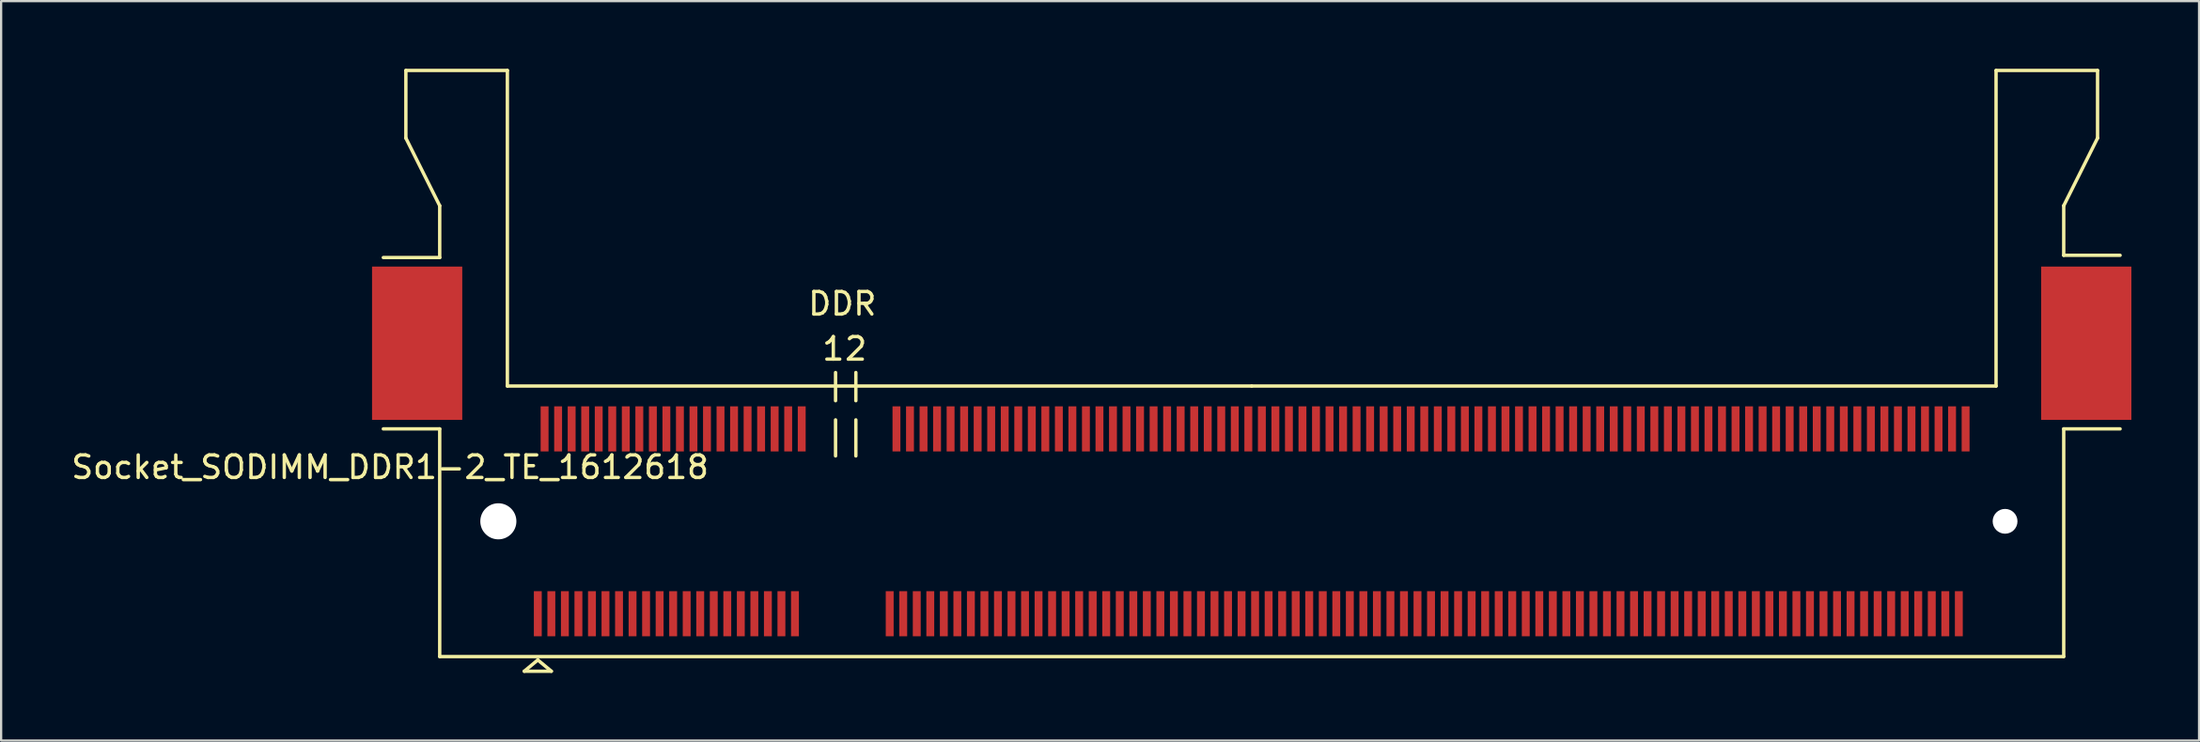
<source format=kicad_pcb>
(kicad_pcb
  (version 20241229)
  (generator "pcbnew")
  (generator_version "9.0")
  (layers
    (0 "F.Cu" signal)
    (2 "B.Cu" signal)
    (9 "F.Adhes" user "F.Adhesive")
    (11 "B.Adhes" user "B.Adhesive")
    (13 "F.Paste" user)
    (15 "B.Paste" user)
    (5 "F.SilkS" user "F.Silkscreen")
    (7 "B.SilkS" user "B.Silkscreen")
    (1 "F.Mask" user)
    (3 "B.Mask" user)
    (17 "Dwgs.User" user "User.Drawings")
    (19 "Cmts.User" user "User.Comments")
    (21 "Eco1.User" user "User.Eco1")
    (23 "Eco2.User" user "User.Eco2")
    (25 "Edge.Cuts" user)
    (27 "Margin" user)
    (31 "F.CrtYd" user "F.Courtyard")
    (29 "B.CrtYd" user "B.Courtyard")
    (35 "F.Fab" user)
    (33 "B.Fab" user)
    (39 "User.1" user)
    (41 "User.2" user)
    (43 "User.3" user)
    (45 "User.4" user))
  (footprint "Socket_SODIMM_DDR1-2_TE_1612618"
    (layer "F.Cu")
    (at 52.444 20.075)
    (property "Reference" "Socket_SODIMM_DDR1-2_TE_1612618" (at -38.2 -2.4 0) (layer "F.SilkS") (effects (font (size 1 1) (thickness 0.15))))
    (attr smd)
    (fp_line (start -37.5 -20) (end -37.5 -17) (stroke (width 0.15) (type solid)) (layer "F.SilkS"))
    (fp_line (start -37.5 -17) (end -36 -14) (stroke (width 0.15) (type solid)) (layer "F.SilkS"))
    (fp_line (start -36 -14) (end -36 -11.7) (stroke (width 0.15) (type solid)) (layer "F.SilkS"))
    (fp_line (start -36 -11.7) (end -38.5 -11.7) (stroke (width 0.15) (type solid)) (layer "F.SilkS"))
    (fp_line (start -36 -4.1) (end -38.5 -4.1) (stroke (width 0.15) (type solid)) (layer "F.SilkS"))
    (fp_line (start -36 -4.1) (end -36 6) (stroke (width 0.15) (type solid)) (layer "F.SilkS"))
    (fp_line (start -36 6) (end 36 6) (stroke (width 0.15) (type solid)) (layer "F.SilkS"))
    (fp_line (start -33 -20) (end -37.5 -20) (stroke (width 0.15) (type solid)) (layer "F.SilkS"))
    (fp_line (start -33 -6) (end -33 -20) (stroke (width 0.15) (type solid)) (layer "F.SilkS"))
    (fp_line (start -32.25 6.65) (end -31.65 6.15) (stroke (width 0.15) (type solid)) (layer "F.SilkS"))
    (fp_line (start -31.65 6.15) (end -31.05 6.65) (stroke (width 0.15) (type solid)) (layer "F.SilkS"))
    (fp_line (start -31.05 6.65) (end -32.25 6.65) (stroke (width 0.15) (type solid)) (layer "F.SilkS"))
    (fp_line (start -18.45 -5.35) (end -18.45 -6.6) (stroke (width 0.15) (type solid)) (layer "F.SilkS"))
    (fp_line (start -18.45 -4.5) (end -18.45 -2.9) (stroke (width 0.15) (type solid)) (layer "F.SilkS"))
    (fp_line (start -17.55 -5.35) (end -17.55 -6.6) (stroke (width 0.15) (type solid)) (layer "F.SilkS"))
    (fp_line (start -17.55 -4.5) (end -17.55 -2.9) (stroke (width 0.15) (type solid)) (layer "F.SilkS"))
    (fp_line (start 0 -6) (end -33 -6) (stroke (width 0.15) (type solid)) (layer "F.SilkS"))
    (fp_line (start 33 -20) (end 33 -6) (stroke (width 0.15) (type solid)) (layer "F.SilkS"))
    (fp_line (start 33 -6) (end 0 -6) (stroke (width 0.15) (type solid)) (layer "F.SilkS"))
    (fp_line (start 36 -14) (end 36 -11.8) (stroke (width 0.15) (type solid)) (layer "F.SilkS"))
    (fp_line (start 36 -14) (end 37.5 -17) (stroke (width 0.15) (type solid)) (layer "F.SilkS"))
    (fp_line (start 36 -11.8) (end 38.5 -11.8) (stroke (width 0.15) (type solid)) (layer "F.SilkS"))
    (fp_line (start 36 -4.1) (end 38.5 -4.1) (stroke (width 0.15) (type solid)) (layer "F.SilkS"))
    (fp_line (start 36 6) (end 36 -4.1) (stroke (width 0.15) (type solid)) (layer "F.SilkS"))
    (fp_line (start 37.5 -20) (end 33 -20) (stroke (width 0.15) (type solid)) (layer "F.SilkS"))
    (fp_line (start 37.5 -17) (end 37.5 -20) (stroke (width 0.15) (type solid)) (layer "F.SilkS"))
    (fp_text user "DDR" (at -18.15 -9.65 0) (layer "F.SilkS") (effects (font (size 1 1) (thickness 0.15))))
    (fp_text user "1" (at -18.55 -7.65 0) (layer "F.SilkS") (effects (font (size 1 1) (thickness 0.15))))
    (fp_text user "2" (at -17.55 -7.65 0) (layer "F.SilkS") (effects (font (size 1 1) (thickness 0.15))))
    (pad "" smd rect (at -37 -7.9) (size 4 6.8) (layers "F.Cu" "F.Mask" "F.Paste"))
    (pad "" np_thru_hole circle (at -33.4 0) (size 1.6 1.6) (drill 1.6) (layers "*.Cu" "*.Mask"))
    (pad "" np_thru_hole circle (at 33.4 0) (size 1.1 1.1) (drill 1.1) (layers "*.Cu" "*.Mask"))
    (pad "" smd rect (at 37 -7.9) (size 4 6.8) (layers "F.Cu" "F.Mask" "F.Paste"))
    (pad "1" smd rect (at -31.65 4.1) (size 0.35 2) (layers "F.Cu" "F.Mask" "F.Paste"))
    (pad "2" smd rect (at -31.35 -4.1) (size 0.35 2) (layers "F.Cu" "F.Mask" "F.Paste"))
    (pad "3" smd rect (at -31.05 4.1) (size 0.35 2) (layers "F.Cu" "F.Mask" "F.Paste"))
    (pad "4" smd rect (at -30.75 -4.1) (size 0.35 2) (layers "F.Cu" "F.Mask" "F.Paste"))
    (pad "5" smd rect (at -30.45 4.1) (size 0.35 2) (layers "F.Cu" "F.Mask" "F.Paste"))
    (pad "6" smd rect (at -30.15 -4.1) (size 0.35 2) (layers "F.Cu" "F.Mask" "F.Paste"))
    (pad "7" smd rect (at -29.85 4.1) (size 0.35 2) (layers "F.Cu" "F.Mask" "F.Paste"))
    (pad "8" smd rect (at -29.55 -4.1) (size 0.35 2) (layers "F.Cu" "F.Mask" "F.Paste"))
    (pad "9" smd rect (at -29.25 4.1) (size 0.35 2) (layers "F.Cu" "F.Mask" "F.Paste"))
    (pad "10" smd rect (at -28.95 -4.1) (size 0.35 2) (layers "F.Cu" "F.Mask" "F.Paste"))
    (pad "11" smd rect (at -28.65 4.1) (size 0.35 2) (layers "F.Cu" "F.Mask" "F.Paste"))
    (pad "12" smd rect (at -28.35 -4.1) (size 0.35 2) (layers "F.Cu" "F.Mask" "F.Paste"))
    (pad "13" smd rect (at -28.05 4.1) (size 0.35 2) (layers "F.Cu" "F.Mask" "F.Paste"))
    (pad "14" smd rect (at -27.75 -4.1) (size 0.35 2) (layers "F.Cu" "F.Mask" "F.Paste"))
    (pad "15" smd rect (at -27.45 4.1) (size 0.35 2) (layers "F.Cu" "F.Mask" "F.Paste"))
    (pad "16" smd rect (at -27.15 -4.1) (size 0.35 2) (layers "F.Cu" "F.Mask" "F.Paste"))
    (pad "17" smd rect (at -26.85 4.1) (size 0.35 2) (layers "F.Cu" "F.Mask" "F.Paste"))
    (pad "18" smd rect (at -26.55 -4.1) (size 0.35 2) (layers "F.Cu" "F.Mask" "F.Paste"))
    (pad "19" smd rect (at -26.25 4.1) (size 0.35 2) (layers "F.Cu" "F.Mask" "F.Paste"))
    (pad "20" smd rect (at -25.95 -4.1) (size 0.35 2) (layers "F.Cu" "F.Mask" "F.Paste"))
    (pad "21" smd rect (at -25.65 4.1) (size 0.35 2) (layers "F.Cu" "F.Mask" "F.Paste"))
    (pad "22" smd rect (at -25.35 -4.1) (size 0.35 2) (layers "F.Cu" "F.Mask" "F.Paste"))
    (pad "23" smd rect (at -25.05 4.1) (size 0.35 2) (layers "F.Cu" "F.Mask" "F.Paste"))
    (pad "24" smd rect (at -24.75 -4.1) (size 0.35 2) (layers "F.Cu" "F.Mask" "F.Paste"))
    (pad "25" smd rect (at -24.45 4.1) (size 0.35 2) (layers "F.Cu" "F.Mask" "F.Paste"))
    (pad "26" smd rect (at -24.15 -4.1) (size 0.35 2) (layers "F.Cu" "F.Mask" "F.Paste"))
    (pad "27" smd rect (at -23.85 4.1) (size 0.35 2) (layers "F.Cu" "F.Mask" "F.Paste"))
    (pad "28" smd rect (at -23.55 -4.1) (size 0.35 2) (layers "F.Cu" "F.Mask" "F.Paste"))
    (pad "29" smd rect (at -23.25 4.1) (size 0.35 2) (layers "F.Cu" "F.Mask" "F.Paste"))
    (pad "30" smd rect (at -22.95 -4.1) (size 0.35 2) (layers "F.Cu" "F.Mask" "F.Paste"))
    (pad "31" smd rect (at -22.65 4.1) (size 0.35 2) (layers "F.Cu" "F.Mask" "F.Paste"))
    (pad "32" smd rect (at -22.35 -4.1) (size 0.35 2) (layers "F.Cu" "F.Mask" "F.Paste"))
    (pad "33" smd rect (at -22.05 4.1) (size 0.35 2) (layers "F.Cu" "F.Mask" "F.Paste"))
    (pad "34" smd rect (at -21.75 -4.1) (size 0.35 2) (layers "F.Cu" "F.Mask" "F.Paste"))
    (pad "35" smd rect (at -21.45 4.1) (size 0.35 2) (layers "F.Cu" "F.Mask" "F.Paste"))
    (pad "36" smd rect (at -21.15 -4.1) (size 0.35 2) (layers "F.Cu" "F.Mask" "F.Paste"))
    (pad "37" smd rect (at -20.85 4.1) (size 0.35 2) (layers "F.Cu" "F.Mask" "F.Paste"))
    (pad "38" smd rect (at -20.55 -4.1) (size 0.35 2) (layers "F.Cu" "F.Mask" "F.Paste"))
    (pad "39" smd rect (at -20.25 4.1) (size 0.35 2) (layers "F.Cu" "F.Mask" "F.Paste"))
    (pad "40" smd rect (at -19.95 -4.1) (size 0.35 2) (layers "F.Cu" "F.Mask" "F.Paste"))
    (pad "41" smd rect (at -16.05 4.1) (size 0.35 2) (layers "F.Cu" "F.Mask" "F.Paste"))
    (pad "42" smd rect (at -15.75 -4.1) (size 0.35 2) (layers "F.Cu" "F.Mask" "F.Paste"))
    (pad "43" smd rect (at -15.45 4.1) (size 0.35 2) (layers "F.Cu" "F.Mask" "F.Paste"))
    (pad "44" smd rect (at -15.15 -4.1) (size 0.35 2) (layers "F.Cu" "F.Mask" "F.Paste"))
    (pad "45" smd rect (at -14.85 4.1) (size 0.35 2) (layers "F.Cu" "F.Mask" "F.Paste"))
    (pad "46" smd rect (at -14.55 -4.1) (size 0.35 2) (layers "F.Cu" "F.Mask" "F.Paste"))
    (pad "47" smd rect (at -14.25 4.1) (size 0.35 2) (layers "F.Cu" "F.Mask" "F.Paste"))
    (pad "48" smd rect (at -13.95 -4.1) (size 0.35 2) (layers "F.Cu" "F.Mask" "F.Paste"))
    (pad "49" smd rect (at -13.65 4.1) (size 0.35 2) (layers "F.Cu" "F.Mask" "F.Paste"))
    (pad "50" smd rect (at -13.35 -4.1) (size 0.35 2) (layers "F.Cu" "F.Mask" "F.Paste"))
    (pad "51" smd rect (at -13.05 4.1) (size 0.35 2) (layers "F.Cu" "F.Mask" "F.Paste"))
    (pad "52" smd rect (at -12.75 -4.1) (size 0.35 2) (layers "F.Cu" "F.Mask" "F.Paste"))
    (pad "53" smd rect (at -12.45 4.1) (size 0.35 2) (layers "F.Cu" "F.Mask" "F.Paste"))
    (pad "54" smd rect (at -12.15 -4.1) (size 0.35 2) (layers "F.Cu" "F.Mask" "F.Paste"))
    (pad "55" smd rect (at -11.85 4.1) (size 0.35 2) (layers "F.Cu" "F.Mask" "F.Paste"))
    (pad "56" smd rect (at -11.55 -4.1) (size 0.35 2) (layers "F.Cu" "F.Mask" "F.Paste"))
    (pad "57" smd rect (at -11.25 4.1) (size 0.35 2) (layers "F.Cu" "F.Mask" "F.Paste"))
    (pad "58" smd rect (at -10.95 -4.1) (size 0.35 2) (layers "F.Cu" "F.Mask" "F.Paste"))
    (pad "59" smd rect (at -10.65 4.1) (size 0.35 2) (layers "F.Cu" "F.Mask" "F.Paste"))
    (pad "60" smd rect (at -10.35 -4.1) (size 0.35 2) (layers "F.Cu" "F.Mask" "F.Paste"))
    (pad "61" smd rect (at -10.05 4.1) (size 0.35 2) (layers "F.Cu" "F.Mask" "F.Paste"))
    (pad "62" smd rect (at -9.75 -4.1) (size 0.35 2) (layers "F.Cu" "F.Mask" "F.Paste"))
    (pad "63" smd rect (at -9.45 4.1) (size 0.35 2) (layers "F.Cu" "F.Mask" "F.Paste"))
    (pad "64" smd rect (at -9.15 -4.1) (size 0.35 2) (layers "F.Cu" "F.Mask" "F.Paste"))
    (pad "65" smd rect (at -8.85 4.1) (size 0.35 2) (layers "F.Cu" "F.Mask" "F.Paste"))
    (pad "66" smd rect (at -8.55 -4.1) (size 0.35 2) (layers "F.Cu" "F.Mask" "F.Paste"))
    (pad "67" smd rect (at -8.25 4.1) (size 0.35 2) (layers "F.Cu" "F.Mask" "F.Paste"))
    (pad "68" smd rect (at -7.95 -4.1) (size 0.35 2) (layers "F.Cu" "F.Mask" "F.Paste"))
    (pad "69" smd rect (at -7.65 4.1) (size 0.35 2) (layers "F.Cu" "F.Mask" "F.Paste"))
    (pad "70" smd rect (at -7.35 -4.1) (size 0.35 2) (layers "F.Cu" "F.Mask" "F.Paste"))
    (pad "71" smd rect (at -7.05 4.1) (size 0.35 2) (layers "F.Cu" "F.Mask" "F.Paste"))
    (pad "72" smd rect (at -6.75 -4.1) (size 0.35 2) (layers "F.Cu" "F.Mask" "F.Paste"))
    (pad "73" smd rect (at -6.45 4.1) (size 0.35 2) (layers "F.Cu" "F.Mask" "F.Paste"))
    (pad "74" smd rect (at -6.15 -4.1) (size 0.35 2) (layers "F.Cu" "F.Mask" "F.Paste"))
    (pad "75" smd rect (at -5.85 4.1) (size 0.35 2) (layers "F.Cu" "F.Mask" "F.Paste"))
    (pad "76" smd rect (at -5.55 -4.1) (size 0.35 2) (layers "F.Cu" "F.Mask" "F.Paste"))
    (pad "77" smd rect (at -5.25 4.1) (size 0.35 2) (layers "F.Cu" "F.Mask" "F.Paste"))
    (pad "78" smd rect (at -4.95 -4.1) (size 0.35 2) (layers "F.Cu" "F.Mask" "F.Paste"))
    (pad "79" smd rect (at -4.65 4.1) (size 0.35 2) (layers "F.Cu" "F.Mask" "F.Paste"))
    (pad "80" smd rect (at -4.35 -4.1) (size 0.35 2) (layers "F.Cu" "F.Mask" "F.Paste"))
    (pad "81" smd rect (at -4.05 4.1) (size 0.35 2) (layers "F.Cu" "F.Mask" "F.Paste"))
    (pad "82" smd rect (at -3.75 -4.1) (size 0.35 2) (layers "F.Cu" "F.Mask" "F.Paste"))
    (pad "83" smd rect (at -3.45 4.1) (size 0.35 2) (layers "F.Cu" "F.Mask" "F.Paste"))
    (pad "84" smd rect (at -3.15 -4.1) (size 0.35 2) (layers "F.Cu" "F.Mask" "F.Paste"))
    (pad "85" smd rect (at -2.85 4.1) (size 0.35 2) (layers "F.Cu" "F.Mask" "F.Paste"))
    (pad "86" smd rect (at -2.55 -4.1) (size 0.35 2) (layers "F.Cu" "F.Mask" "F.Paste"))
    (pad "87" smd rect (at -2.25 4.1) (size 0.35 2) (layers "F.Cu" "F.Mask" "F.Paste"))
    (pad "88" smd rect (at -1.95 -4.1) (size 0.35 2) (layers "F.Cu" "F.Mask" "F.Paste"))
    (pad "89" smd rect (at -1.65 4.1) (size 0.35 2) (layers "F.Cu" "F.Mask" "F.Paste"))
    (pad "90" smd rect (at -1.35 -4.1) (size 0.35 2) (layers "F.Cu" "F.Mask" "F.Paste"))
    (pad "91" smd rect (at -1.05 4.1) (size 0.35 2) (layers "F.Cu" "F.Mask" "F.Paste"))
    (pad "92" smd rect (at -0.75 -4.1) (size 0.35 2) (layers "F.Cu" "F.Mask" "F.Paste"))
    (pad "93" smd rect (at -0.45 4.1) (size 0.35 2) (layers "F.Cu" "F.Mask" "F.Paste"))
    (pad "94" smd rect (at -0.15 -4.1) (size 0.35 2) (layers "F.Cu" "F.Mask" "F.Paste"))
    (pad "95" smd rect (at 0.15 4.1) (size 0.35 2) (layers "F.Cu" "F.Mask" "F.Paste"))
    (pad "96" smd rect (at 0.45 -4.1) (size 0.35 2) (layers "F.Cu" "F.Mask" "F.Paste"))
    (pad "97" smd rect (at 0.75 4.1) (size 0.35 2) (layers "F.Cu" "F.Mask" "F.Paste"))
    (pad "98" smd rect (at 1.05 -4.1) (size 0.35 2) (layers "F.Cu" "F.Mask" "F.Paste"))
    (pad "99" smd rect (at 1.35 4.1) (size 0.35 2) (layers "F.Cu" "F.Mask" "F.Paste"))
    (pad "100" smd rect (at 1.65 -4.1) (size 0.35 2) (layers "F.Cu" "F.Mask" "F.Paste"))
    (pad "101" smd rect (at 1.95 4.1) (size 0.35 2) (layers "F.Cu" "F.Mask" "F.Paste"))
    (pad "102" smd rect (at 2.25 -4.1) (size 0.35 2) (layers "F.Cu" "F.Mask" "F.Paste"))
    (pad "103" smd rect (at 2.55 4.1) (size 0.35 2) (layers "F.Cu" "F.Mask" "F.Paste"))
    (pad "104" smd rect (at 2.85 -4.1) (size 0.35 2) (layers "F.Cu" "F.Mask" "F.Paste"))
    (pad "105" smd rect (at 3.15 4.1) (size 0.35 2) (layers "F.Cu" "F.Mask" "F.Paste"))
    (pad "106" smd rect (at 3.45 -4.1) (size 0.35 2) (layers "F.Cu" "F.Mask" "F.Paste"))
    (pad "107" smd rect (at 3.75 4.1) (size 0.35 2) (layers "F.Cu" "F.Mask" "F.Paste"))
    (pad "108" smd rect (at 4.05 -4.1) (size 0.35 2) (layers "F.Cu" "F.Mask" "F.Paste"))
    (pad "109" smd rect (at 4.35 4.1) (size 0.35 2) (layers "F.Cu" "F.Mask" "F.Paste"))
    (pad "110" smd rect (at 4.65 -4.1) (size 0.35 2) (layers "F.Cu" "F.Mask" "F.Paste"))
    (pad "111" smd rect (at 4.95 4.1) (size 0.35 2) (layers "F.Cu" "F.Mask" "F.Paste"))
    (pad "112" smd rect (at 5.25 -4.1) (size 0.35 2) (layers "F.Cu" "F.Mask" "F.Paste"))
    (pad "113" smd rect (at 5.55 4.1) (size 0.35 2) (layers "F.Cu" "F.Mask" "F.Paste"))
    (pad "114" smd rect (at 5.85 -4.1) (size 0.35 2) (layers "F.Cu" "F.Mask" "F.Paste"))
    (pad "115" smd rect (at 6.15 4.1) (size 0.35 2) (layers "F.Cu" "F.Mask" "F.Paste"))
    (pad "116" smd rect (at 6.45 -4.1) (size 0.35 2) (layers "F.Cu" "F.Mask" "F.Paste"))
    (pad "117" smd rect (at 6.75 4.1) (size 0.35 2) (layers "F.Cu" "F.Mask" "F.Paste"))
    (pad "118" smd rect (at 7.05 -4.1) (size 0.35 2) (layers "F.Cu" "F.Mask" "F.Paste"))
    (pad "119" smd rect (at 7.35 4.1) (size 0.35 2) (layers "F.Cu" "F.Mask" "F.Paste"))
    (pad "120" smd rect (at 7.65 -4.1) (size 0.35 2) (layers "F.Cu" "F.Mask" "F.Paste"))
    (pad "121" smd rect (at 7.95 4.1) (size 0.35 2) (layers "F.Cu" "F.Mask" "F.Paste"))
    (pad "122" smd rect (at 8.25 -4.1) (size 0.35 2) (layers "F.Cu" "F.Mask" "F.Paste"))
    (pad "123" smd rect (at 8.55 4.1) (size 0.35 2) (layers "F.Cu" "F.Mask" "F.Paste"))
    (pad "124" smd rect (at 8.85 -4.1) (size 0.35 2) (layers "F.Cu" "F.Mask" "F.Paste"))
    (pad "125" smd rect (at 9.15 4.1) (size 0.35 2) (layers "F.Cu" "F.Mask" "F.Paste"))
    (pad "126" smd rect (at 9.45 -4.1) (size 0.35 2) (layers "F.Cu" "F.Mask" "F.Paste"))
    (pad "127" smd rect (at 9.75 4.1) (size 0.35 2) (layers "F.Cu" "F.Mask" "F.Paste"))
    (pad "128" smd rect (at 10.05 -4.1) (size 0.35 2) (layers "F.Cu" "F.Mask" "F.Paste"))
    (pad "129" smd rect (at 10.35 4.1) (size 0.35 2) (layers "F.Cu" "F.Mask" "F.Paste"))
    (pad "130" smd rect (at 10.65 -4.1) (size 0.35 2) (layers "F.Cu" "F.Mask" "F.Paste"))
    (pad "131" smd rect (at 10.95 4.1) (size 0.35 2) (layers "F.Cu" "F.Mask" "F.Paste"))
    (pad "132" smd rect (at 11.25 -4.1) (size 0.35 2) (layers "F.Cu" "F.Mask" "F.Paste"))
    (pad "133" smd rect (at 11.55 4.1) (size 0.35 2) (layers "F.Cu" "F.Mask" "F.Paste"))
    (pad "134" smd rect (at 11.85 -4.1) (size 0.35 2) (layers "F.Cu" "F.Mask" "F.Paste"))
    (pad "135" smd rect (at 12.15 4.1) (size 0.35 2) (layers "F.Cu" "F.Mask" "F.Paste"))
    (pad "136" smd rect (at 12.45 -4.1) (size 0.35 2) (layers "F.Cu" "F.Mask" "F.Paste"))
    (pad "137" smd rect (at 12.75 4.1) (size 0.35 2) (layers "F.Cu" "F.Mask" "F.Paste"))
    (pad "138" smd rect (at 13.05 -4.1) (size 0.35 2) (layers "F.Cu" "F.Mask" "F.Paste"))
    (pad "139" smd rect (at 13.35 4.1) (size 0.35 2) (layers "F.Cu" "F.Mask" "F.Paste"))
    (pad "140" smd rect (at 13.65 -4.1) (size 0.35 2) (layers "F.Cu" "F.Mask" "F.Paste"))
    (pad "141" smd rect (at 13.95 4.1) (size 0.35 2) (layers "F.Cu" "F.Mask" "F.Paste"))
    (pad "142" smd rect (at 14.25 -4.1) (size 0.35 2) (layers "F.Cu" "F.Mask" "F.Paste"))
    (pad "143" smd rect (at 14.55 4.1) (size 0.35 2) (layers "F.Cu" "F.Mask" "F.Paste"))
    (pad "144" smd rect (at 14.85 -4.1) (size 0.35 2) (layers "F.Cu" "F.Mask" "F.Paste"))
    (pad "145" smd rect (at 15.15 4.1) (size 0.35 2) (layers "F.Cu" "F.Mask" "F.Paste"))
    (pad "146" smd rect (at 15.45 -4.1) (size 0.35 2) (layers "F.Cu" "F.Mask" "F.Paste"))
    (pad "147" smd rect (at 15.75 4.1) (size 0.35 2) (layers "F.Cu" "F.Mask" "F.Paste"))
    (pad "148" smd rect (at 16.05 -4.1) (size 0.35 2) (layers "F.Cu" "F.Mask" "F.Paste"))
    (pad "149" smd rect (at 16.35 4.1) (size 0.35 2) (layers "F.Cu" "F.Mask" "F.Paste"))
    (pad "150" smd rect (at 16.65 -4.1) (size 0.35 2) (layers "F.Cu" "F.Mask" "F.Paste"))
    (pad "151" smd rect (at 16.95 4.1) (size 0.35 2) (layers "F.Cu" "F.Mask" "F.Paste"))
    (pad "152" smd rect (at 17.25 -4.1) (size 0.35 2) (layers "F.Cu" "F.Mask" "F.Paste"))
    (pad "153" smd rect (at 17.55 4.1) (size 0.35 2) (layers "F.Cu" "F.Mask" "F.Paste"))
    (pad "154" smd rect (at 17.85 -4.1) (size 0.35 2) (layers "F.Cu" "F.Mask" "F.Paste"))
    (pad "155" smd rect (at 18.15 4.1) (size 0.35 2) (layers "F.Cu" "F.Mask" "F.Paste"))
    (pad "156" smd rect (at 18.45 -4.1) (size 0.35 2) (layers "F.Cu" "F.Mask" "F.Paste"))
    (pad "157" smd rect (at 18.75 4.1) (size 0.35 2) (layers "F.Cu" "F.Mask" "F.Paste"))
    (pad "158" smd rect (at 19.05 -4.1) (size 0.35 2) (layers "F.Cu" "F.Mask" "F.Paste"))
    (pad "159" smd rect (at 19.35 4.1) (size 0.35 2) (layers "F.Cu" "F.Mask" "F.Paste"))
    (pad "160" smd rect (at 19.65 -4.1) (size 0.35 2) (layers "F.Cu" "F.Mask" "F.Paste"))
    (pad "161" smd rect (at 19.95 4.1) (size 0.35 2) (layers "F.Cu" "F.Mask" "F.Paste"))
    (pad "162" smd rect (at 20.25 -4.1) (size 0.35 2) (layers "F.Cu" "F.Mask" "F.Paste"))
    (pad "163" smd rect (at 20.55 4.1) (size 0.35 2) (layers "F.Cu" "F.Mask" "F.Paste"))
    (pad "164" smd rect (at 20.85 -4.1) (size 0.35 2) (layers "F.Cu" "F.Mask" "F.Paste"))
    (pad "165" smd rect (at 21.15 4.1) (size 0.35 2) (layers "F.Cu" "F.Mask" "F.Paste"))
    (pad "166" smd rect (at 21.45 -4.1) (size 0.35 2) (layers "F.Cu" "F.Mask" "F.Paste"))
    (pad "167" smd rect (at 21.75 4.1) (size 0.35 2) (layers "F.Cu" "F.Mask" "F.Paste"))
    (pad "168" smd rect (at 22.05 -4.1) (size 0.35 2) (layers "F.Cu" "F.Mask" "F.Paste"))
    (pad "169" smd rect (at 22.35 4.1) (size 0.35 2) (layers "F.Cu" "F.Mask" "F.Paste"))
    (pad "170" smd rect (at 22.65 -4.1) (size 0.35 2) (layers "F.Cu" "F.Mask" "F.Paste"))
    (pad "171" smd rect (at 22.95 4.1) (size 0.35 2) (layers "F.Cu" "F.Mask" "F.Paste"))
    (pad "172" smd rect (at 23.25 -4.1) (size 0.35 2) (layers "F.Cu" "F.Mask" "F.Paste"))
    (pad "173" smd rect (at 23.55 4.1) (size 0.35 2) (layers "F.Cu" "F.Mask" "F.Paste"))
    (pad "174" smd rect (at 23.85 -4.1) (size 0.35 2) (layers "F.Cu" "F.Mask" "F.Paste"))
    (pad "175" smd rect (at 24.15 4.1) (size 0.35 2) (layers "F.Cu" "F.Mask" "F.Paste"))
    (pad "176" smd rect (at 24.45 -4.1) (size 0.35 2) (layers "F.Cu" "F.Mask" "F.Paste"))
    (pad "177" smd rect (at 24.75 4.1) (size 0.35 2) (layers "F.Cu" "F.Mask" "F.Paste"))
    (pad "178" smd rect (at 25.05 -4.1) (size 0.35 2) (layers "F.Cu" "F.Mask" "F.Paste"))
    (pad "179" smd rect (at 25.35 4.1) (size 0.35 2) (layers "F.Cu" "F.Mask" "F.Paste"))
    (pad "180" smd rect (at 25.65 -4.1) (size 0.35 2) (layers "F.Cu" "F.Mask" "F.Paste"))
    (pad "181" smd rect (at 25.95 4.1) (size 0.35 2) (layers "F.Cu" "F.Mask" "F.Paste"))
    (pad "182" smd rect (at 26.25 -4.1) (size 0.35 2) (layers "F.Cu" "F.Mask" "F.Paste"))
    (pad "183" smd rect (at 26.55 4.1) (size 0.35 2) (layers "F.Cu" "F.Mask" "F.Paste"))
    (pad "184" smd rect (at 26.85 -4.1) (size 0.35 2) (layers "F.Cu" "F.Mask" "F.Paste"))
    (pad "185" smd rect (at 27.15 4.1) (size 0.35 2) (layers "F.Cu" "F.Mask" "F.Paste"))
    (pad "186" smd rect (at 27.45 -4.1) (size 0.35 2) (layers "F.Cu" "F.Mask" "F.Paste"))
    (pad "187" smd rect (at 27.75 4.1) (size 0.35 2) (layers "F.Cu" "F.Mask" "F.Paste"))
    (pad "188" smd rect (at 28.05 -4.1) (size 0.35 2) (layers "F.Cu" "F.Mask" "F.Paste"))
    (pad "189" smd rect (at 28.35 4.1) (size 0.35 2) (layers "F.Cu" "F.Mask" "F.Paste"))
    (pad "190" smd rect (at 28.65 -4.1) (size 0.35 2) (layers "F.Cu" "F.Mask" "F.Paste"))
    (pad "191" smd rect (at 28.95 4.1) (size 0.35 2) (layers "F.Cu" "F.Mask" "F.Paste"))
    (pad "192" smd rect (at 29.25 -4.1) (size 0.35 2) (layers "F.Cu" "F.Mask" "F.Paste"))
    (pad "193" smd rect (at 29.55 4.1) (size 0.35 2) (layers "F.Cu" "F.Mask" "F.Paste"))
    (pad "194" smd rect (at 29.85 -4.1) (size 0.35 2) (layers "F.Cu" "F.Mask" "F.Paste"))
    (pad "195" smd rect (at 30.15 4.1) (size 0.35 2) (layers "F.Cu" "F.Mask" "F.Paste"))
    (pad "196" smd rect (at 30.45 -4.1) (size 0.35 2) (layers "F.Cu" "F.Mask" "F.Paste"))
    (pad "197" smd rect (at 30.75 4.1) (size 0.35 2) (layers "F.Cu" "F.Mask" "F.Paste"))
    (pad "198" smd rect (at 31.05 -4.1) (size 0.35 2) (layers "F.Cu" "F.Mask" "F.Paste"))
    (pad "199" smd rect (at 31.35 4.1) (size 0.35 2) (layers "F.Cu" "F.Mask" "F.Paste"))
    (pad "200" smd rect (at 31.65 -4.1) (size 0.35 2) (layers "F.Cu" "F.Mask" "F.Paste")))
  (gr_rect
    (start -3 -3)
    (end 94.444 29.8)
    (stroke (width 0.1) (type default))
    (fill no)
    (layer "Edge.Cuts")))
</source>
